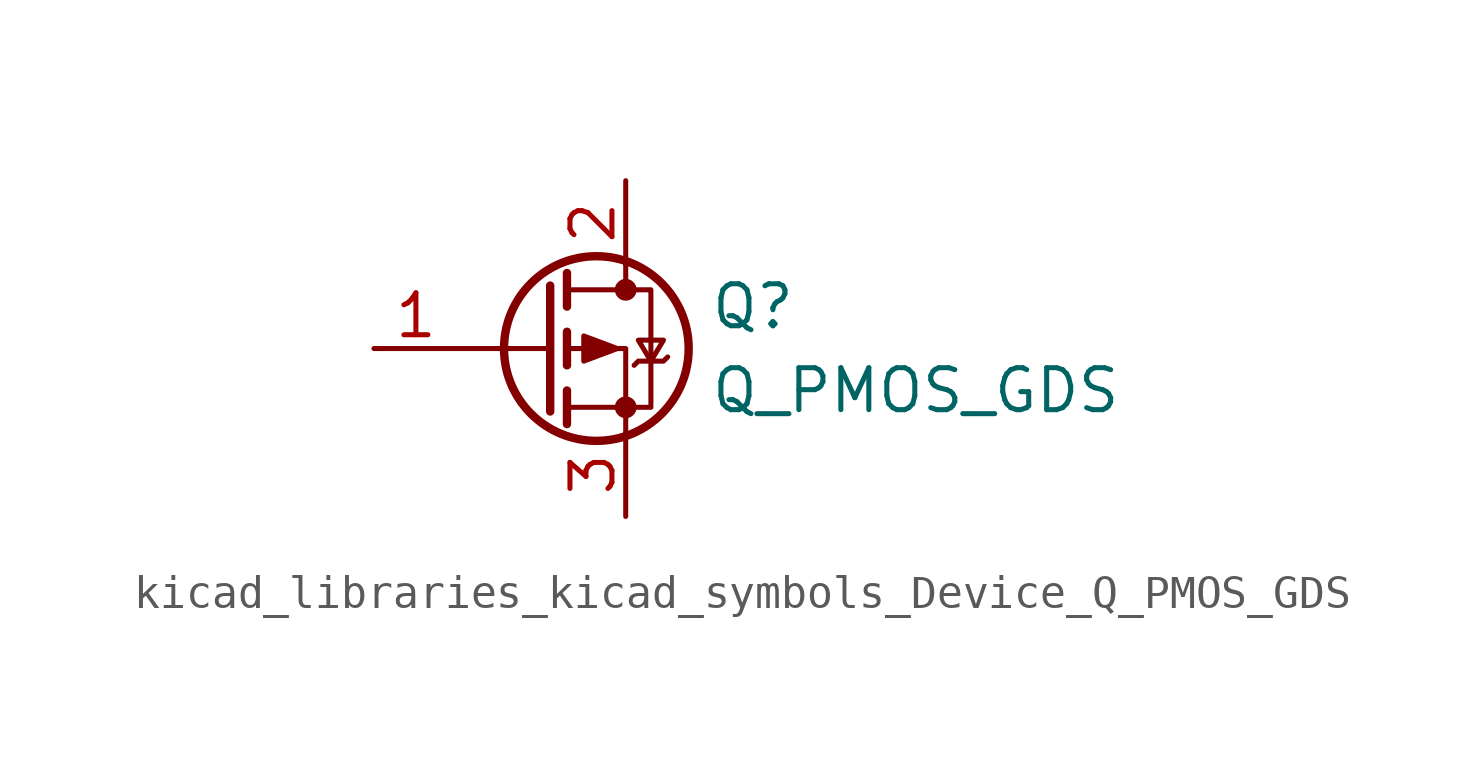
<source format=kicad_sym>
(kicad_symbol_lib
  (version 20220914)
  (generator kicad_symbol_editor)
  (symbol "kicad_libraries_kicad_symbols_Device_Q_PMOS_GDS"
    (pin_names
      (offset 0) hide)
    (property "Reference" "Q"
      (at 5.08 1.27 0)
      (effects (font (size 1.27 1.27)) (justify left)))
    (property "Value" "Q_PMOS_GDS"
      (at 5.08 -1.27 0)
      (effects (font (size 1.27 1.27)) (justify left)))
    (symbol "kicad_libraries_kicad_symbols_Device_Q_PMOS_GDS_0_1"
      (polyline (pts (xy 0.254 0) (xy -2.54 0)) (stroke (width 0) (type default)) (fill (type none)))
      (polyline (pts (xy 0.254 1.905) (xy 0.254 -1.905)) (stroke (width 0.254) (type default)) (fill (type none)))
      (polyline (pts (xy 0.762 -1.27) (xy 0.762 -2.286)) (stroke (width 0.254) (type default)) (fill (type none)))
      (polyline (pts (xy 0.762 0.508) (xy 0.762 -0.508)) (stroke (width 0.254) (type default)) (fill (type none)))
      (polyline (pts (xy 0.762 2.286) (xy 0.762 1.27)) (stroke (width 0.254) (type default)) (fill (type none)))
      (polyline (pts (xy 2.54 2.54) (xy 2.54 1.778)) (stroke (width 0) (type default)) (fill (type none)))
      (polyline (pts (xy 2.54 -2.54) (xy 2.54 0) (xy 0.762 0)) (stroke (width 0) (type default)) (fill (type none)))
      (polyline (pts (xy 0.762 1.778) (xy 3.302 1.778) (xy 3.302 -1.778) (xy 0.762 -1.778)) (stroke (width 0) (type default)) (fill (type none)))
      (polyline (pts (xy 2.286 0) (xy 1.27 0.381) (xy 1.27 -0.381) (xy 2.286 0)) (stroke (width 0) (type default)) (fill (type outline)))
      (polyline (pts (xy 2.794 -0.508) (xy 2.921 -0.381) (xy 3.683 -0.381) (xy 3.81 -0.254)) (stroke (width 0) (type default)) (fill (type none)))
      (polyline (pts (xy 3.302 -0.381) (xy 2.921 0.254) (xy 3.683 0.254) (xy 3.302 -0.381)) (stroke (width 0) (type default)) (fill (type none)))
      (circle (center 1.651 0) (radius 2.794) (stroke (width 0.254) (type default)) (fill (type none)))
      (circle (center 2.54 -1.778) (radius 0.254) (stroke (width 0) (type default)) (fill (type outline)))
      (circle (center 2.54 1.778) (radius 0.254) (stroke (width 0) (type default)) (fill (type outline))))
    (symbol "kicad_libraries_kicad_symbols_Device_Q_PMOS_GDS_1_1"
      (pin input line (at -5.08 0 0) (length 2.54) (name "G" (effects (font (size 1.27 1.27)))) (number "1" (effects (font (size 1.27 1.27)))))
      (pin passive line (at 2.54 5.08 270) (length 2.54) (name "D" (effects (font (size 1.27 1.27)))) (number "2" (effects (font (size 1.27 1.27)))))
      (pin passive line (at 2.54 -5.08 90) (length 2.54) (name "S" (effects (font (size 1.27 1.27)))) (number "3" (effects (font (size 1.27 1.27))))))))
</source>
